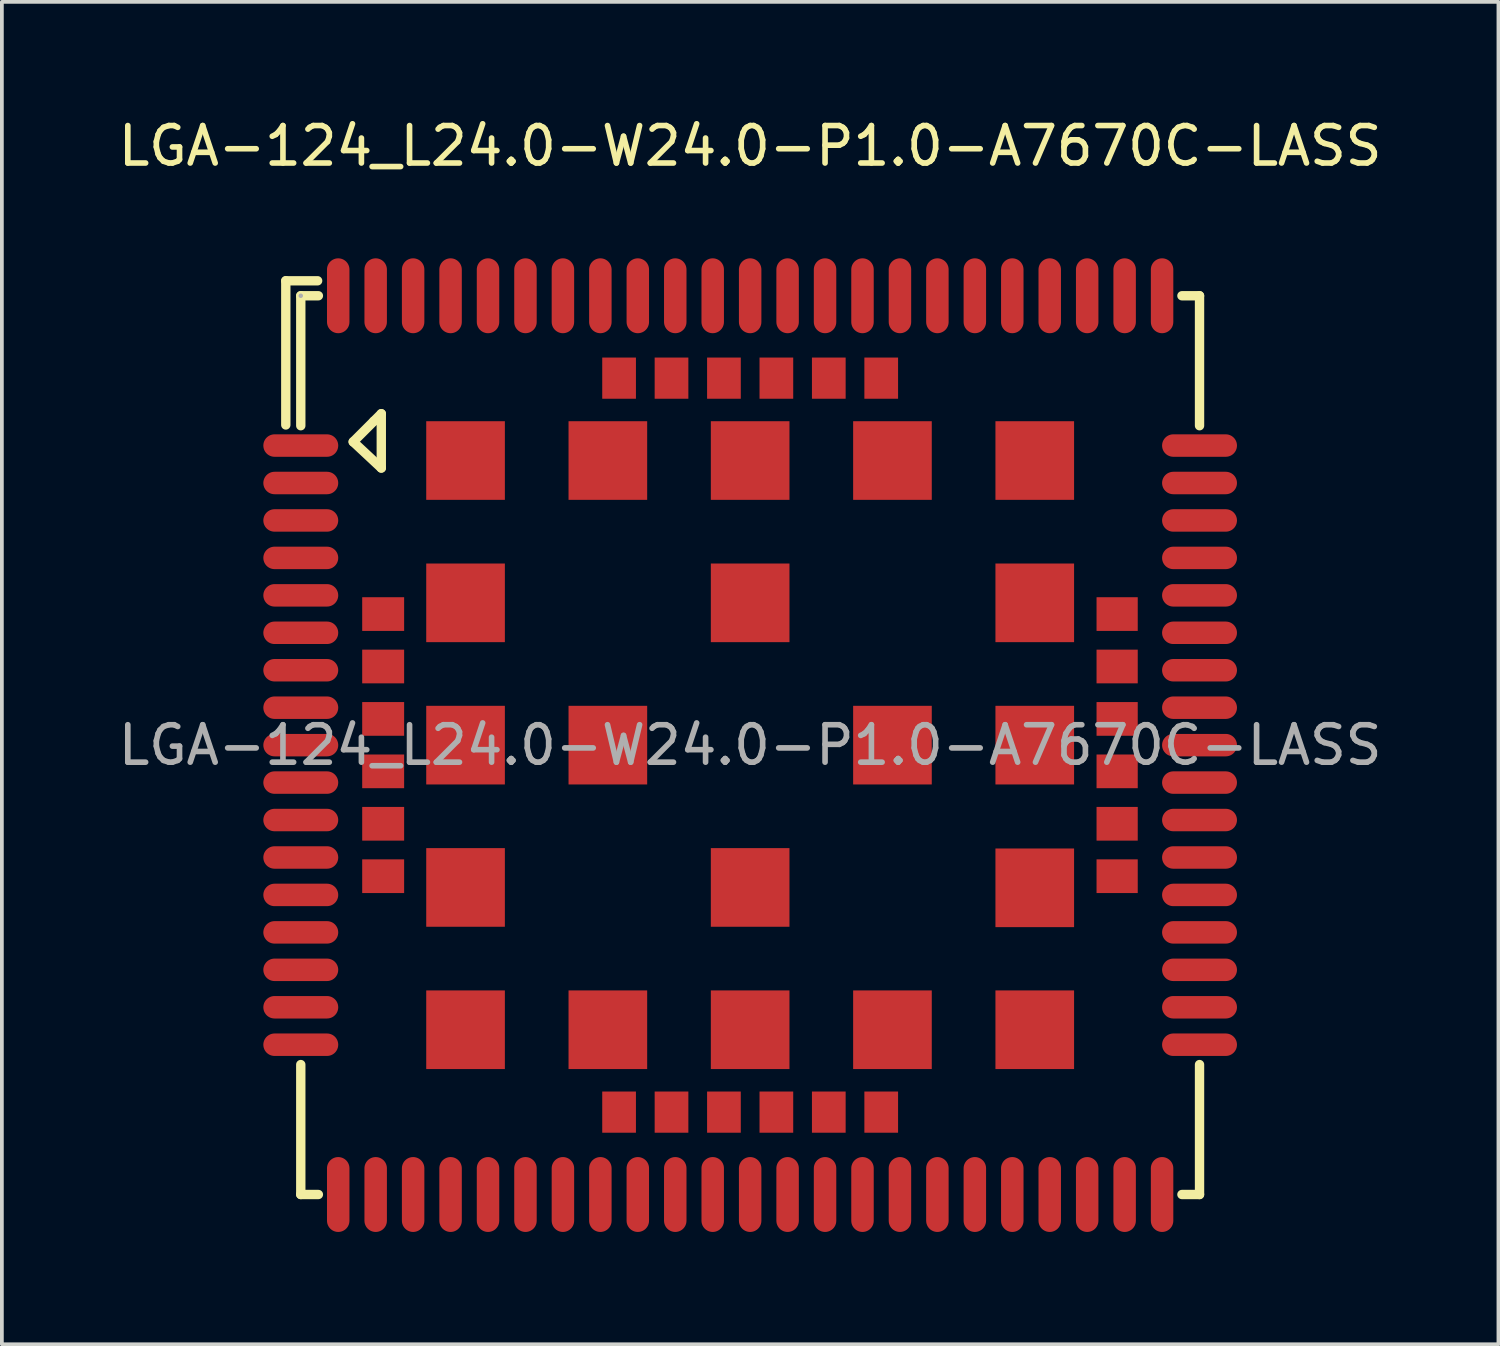
<source format=kicad_pcb>
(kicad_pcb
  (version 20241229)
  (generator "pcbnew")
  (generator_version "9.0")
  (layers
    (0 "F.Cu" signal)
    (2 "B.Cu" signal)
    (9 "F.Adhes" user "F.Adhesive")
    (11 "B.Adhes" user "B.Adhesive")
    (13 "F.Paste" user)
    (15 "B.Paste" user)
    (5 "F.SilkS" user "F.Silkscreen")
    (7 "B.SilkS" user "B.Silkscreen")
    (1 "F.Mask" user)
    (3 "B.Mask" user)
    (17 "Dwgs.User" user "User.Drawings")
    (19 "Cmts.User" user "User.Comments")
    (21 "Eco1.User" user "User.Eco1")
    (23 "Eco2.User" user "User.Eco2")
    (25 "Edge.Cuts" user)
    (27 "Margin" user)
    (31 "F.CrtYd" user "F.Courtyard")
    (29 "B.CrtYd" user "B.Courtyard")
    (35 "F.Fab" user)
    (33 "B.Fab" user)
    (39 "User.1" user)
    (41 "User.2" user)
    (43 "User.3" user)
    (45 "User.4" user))
  (footprint "LGA-124_L24.0-W24.0-P1.0-A7670C-LASS"
    (layer "F.Cu")
    (at 16.982 16.848)
    (property "Reference" "LGA-124_L24.0-W24.0-P1.0-A7670C-LASS" (at 0 -16 0) (layer "F.SilkS") (effects (font (size 1 1) (thickness 0.15))))
    (attr smd)
    (fp_line (start -12.4 -12.4) (end -12.4 -8.55) (stroke (width 0.25) (type solid)) (layer "F.SilkS"))
    (fp_line (start -12 -12) (end -11.53 -12) (stroke (width 0.25) (type solid)) (layer "F.SilkS"))
    (fp_line (start -12 -8.53) (end -12 -12) (stroke (width 0.25) (type solid)) (layer "F.SilkS"))
    (fp_line (start -12 12) (end -12 8.53) (stroke (width 0.25) (type solid)) (layer "F.SilkS"))
    (fp_line (start -11.55 -12.4) (end -12.4 -12.4) (stroke (width 0.25) (type solid)) (layer "F.SilkS"))
    (fp_line (start -11.53 12) (end -12 12) (stroke (width 0.25) (type solid)) (layer "F.SilkS"))
    (fp_line (start -10.6 -8.1) (end -10.05 -8.65) (stroke (width 0.25) (type solid)) (layer "F.SilkS"))
    (fp_line (start -10.05 -8.65) (end -9.85 -8.85) (stroke (width 0.25) (type solid)) (layer "F.SilkS"))
    (fp_line (start -9.85 -8.85) (end -9.85 -7.4) (stroke (width 0.25) (type solid)) (layer "F.SilkS"))
    (fp_line (start -9.85 -7.4) (end -10.6 -8.1) (stroke (width 0.25) (type solid)) (layer "F.SilkS"))
    (fp_line (start 11.53 -12) (end 12 -12) (stroke (width 0.25) (type solid)) (layer "F.SilkS"))
    (fp_line (start 12 -12) (end 12 -8.53) (stroke (width 0.25) (type solid)) (layer "F.SilkS"))
    (fp_line (start 12 8.53) (end 12 12) (stroke (width 0.25) (type solid)) (layer "F.SilkS"))
    (fp_line (start 12 12) (end 11.53 12) (stroke (width 0.25) (type solid)) (layer "F.SilkS"))
    (fp_circle (center -12 -12) (end -11.97 -12) (stroke (width 0.06) (type solid)) (fill no) (layer "F.Fab"))
    (fp_text user "${REFERENCE}" (at 0 0 0) (layer "F.Fab") (effects (font (size 1 1) (thickness 0.15))))
    (pad "1" smd oval (at -12 -8) (size 2 0.6) (layers "F.Cu" "F.Mask" "F.Paste"))
    (pad "2" smd oval (at -12 -7) (size 2 0.6) (layers "F.Cu" "F.Mask" "F.Paste"))
    (pad "3" smd oval (at -12 -6) (size 2 0.6) (layers "F.Cu" "F.Mask" "F.Paste"))
    (pad "4" smd oval (at -12 -5) (size 2 0.6) (layers "F.Cu" "F.Mask" "F.Paste"))
    (pad "5" smd oval (at -12 -4) (size 2 0.6) (layers "F.Cu" "F.Mask" "F.Paste"))
    (pad "6" smd oval (at -12 -3) (size 2 0.6) (layers "F.Cu" "F.Mask" "F.Paste"))
    (pad "7" smd oval (at -12 -2) (size 2 0.6) (layers "F.Cu" "F.Mask" "F.Paste"))
    (pad "8" smd oval (at -12 -1) (size 2 0.6) (layers "F.Cu" "F.Mask" "F.Paste"))
    (pad "9" smd oval (at -12 0) (size 2 0.6) (layers "F.Cu" "F.Mask" "F.Paste"))
    (pad "10" smd oval (at -12 1) (size 2 0.6) (layers "F.Cu" "F.Mask" "F.Paste"))
    (pad "11" smd oval (at -12 2) (size 2 0.6) (layers "F.Cu" "F.Mask" "F.Paste"))
    (pad "12" smd oval (at -12 3) (size 2 0.6) (layers "F.Cu" "F.Mask" "F.Paste"))
    (pad "13" smd oval (at -12 4) (size 2 0.6) (layers "F.Cu" "F.Mask" "F.Paste"))
    (pad "14" smd oval (at -12 5) (size 2 0.6) (layers "F.Cu" "F.Mask" "F.Paste"))
    (pad "15" smd oval (at -12 6) (size 2 0.6) (layers "F.Cu" "F.Mask" "F.Paste"))
    (pad "16" smd oval (at -12 7) (size 2 0.6) (layers "F.Cu" "F.Mask" "F.Paste"))
    (pad "17" smd oval (at -12 8) (size 2 0.6) (layers "F.Cu" "F.Mask" "F.Paste"))
    (pad "18" smd oval (at -8 12) (size 0.6 2) (layers "F.Cu" "F.Mask" "F.Paste"))
    (pad "19" smd oval (at -7 12) (size 0.6 2) (layers "F.Cu" "F.Mask" "F.Paste"))
    (pad "20" smd oval (at -6 12) (size 0.6 2) (layers "F.Cu" "F.Mask" "F.Paste"))
    (pad "21" smd oval (at -5 12) (size 0.6 2) (layers "F.Cu" "F.Mask" "F.Paste"))
    (pad "22" smd oval (at -4 12) (size 0.6 2) (layers "F.Cu" "F.Mask" "F.Paste"))
    (pad "23" smd oval (at -3 12) (size 0.6 2) (layers "F.Cu" "F.Mask" "F.Paste"))
    (pad "24" smd oval (at -2 12) (size 0.6 2) (layers "F.Cu" "F.Mask" "F.Paste"))
    (pad "25" smd oval (at -1 12) (size 0.6 2) (layers "F.Cu" "F.Mask" "F.Paste"))
    (pad "26" smd oval (at 0 12) (size 0.6 2) (layers "F.Cu" "F.Mask" "F.Paste"))
    (pad "27" smd oval (at 1 12) (size 0.6 2) (layers "F.Cu" "F.Mask" "F.Paste"))
    (pad "28" smd oval (at 2 12) (size 0.6 2) (layers "F.Cu" "F.Mask" "F.Paste"))
    (pad "29" smd oval (at 3 12) (size 0.6 2) (layers "F.Cu" "F.Mask" "F.Paste"))
    (pad "30" smd oval (at 4 12) (size 0.6 2) (layers "F.Cu" "F.Mask" "F.Paste"))
    (pad "31" smd oval (at 5 12) (size 0.6 2) (layers "F.Cu" "F.Mask" "F.Paste"))
    (pad "32" smd oval (at 6 12) (size 0.6 2) (layers "F.Cu" "F.Mask" "F.Paste"))
    (pad "33" smd oval (at 7 12) (size 0.6 2) (layers "F.Cu" "F.Mask" "F.Paste"))
    (pad "34" smd oval (at 8 12) (size 0.6 2) (layers "F.Cu" "F.Mask" "F.Paste"))
    (pad "35" smd oval (at 12 8) (size 2 0.6) (layers "F.Cu" "F.Mask" "F.Paste"))
    (pad "36" smd oval (at 12 7) (size 2 0.6) (layers "F.Cu" "F.Mask" "F.Paste"))
    (pad "37" smd oval (at 12 6) (size 2 0.6) (layers "F.Cu" "F.Mask" "F.Paste"))
    (pad "38" smd oval (at 12 5) (size 2 0.6) (layers "F.Cu" "F.Mask" "F.Paste"))
    (pad "39" smd oval (at 12 4) (size 2 0.6) (layers "F.Cu" "F.Mask" "F.Paste"))
    (pad "40" smd oval (at 12 3) (size 2 0.6) (layers "F.Cu" "F.Mask" "F.Paste"))
    (pad "41" smd oval (at 12 2) (size 2 0.6) (layers "F.Cu" "F.Mask" "F.Paste"))
    (pad "42" smd oval (at 12 1) (size 2 0.6) (layers "F.Cu" "F.Mask" "F.Paste"))
    (pad "43" smd oval (at 12 0) (size 2 0.6) (layers "F.Cu" "F.Mask" "F.Paste"))
    (pad "44" smd oval (at 12 -1) (size 2 0.6) (layers "F.Cu" "F.Mask" "F.Paste"))
    (pad "45" smd oval (at 12 -2) (size 2 0.6) (layers "F.Cu" "F.Mask" "F.Paste"))
    (pad "46" smd oval (at 12 -3) (size 2 0.6) (layers "F.Cu" "F.Mask" "F.Paste"))
    (pad "47" smd oval (at 12 -4) (size 2 0.6) (layers "F.Cu" "F.Mask" "F.Paste"))
    (pad "48" smd oval (at 12 -5) (size 2 0.6) (layers "F.Cu" "F.Mask" "F.Paste"))
    (pad "49" smd oval (at 12 -6) (size 2 0.6) (layers "F.Cu" "F.Mask" "F.Paste"))
    (pad "50" smd oval (at 12 -7) (size 2 0.6) (layers "F.Cu" "F.Mask" "F.Paste"))
    (pad "51" smd oval (at 12 -8) (size 2 0.6) (layers "F.Cu" "F.Mask" "F.Paste"))
    (pad "52" smd oval (at 8 -12) (size 0.6 2) (layers "F.Cu" "F.Mask" "F.Paste"))
    (pad "53" smd oval (at 7 -12) (size 0.6 2) (layers "F.Cu" "F.Mask" "F.Paste"))
    (pad "54" smd oval (at 6 -12) (size 0.6 2) (layers "F.Cu" "F.Mask" "F.Paste"))
    (pad "55" smd oval (at 5 -12) (size 0.6 2) (layers "F.Cu" "F.Mask" "F.Paste"))
    (pad "56" smd oval (at 4 -12) (size 0.6 2) (layers "F.Cu" "F.Mask" "F.Paste"))
    (pad "57" smd oval (at 3 -12) (size 0.6 2) (layers "F.Cu" "F.Mask" "F.Paste"))
    (pad "58" smd oval (at 2 -12) (size 0.6 2) (layers "F.Cu" "F.Mask" "F.Paste"))
    (pad "59" smd oval (at 1 -12) (size 0.6 2) (layers "F.Cu" "F.Mask" "F.Paste"))
    (pad "60" smd oval (at 0 -12) (size 0.6 2) (layers "F.Cu" "F.Mask" "F.Paste"))
    (pad "61" smd oval (at -1 -12) (size 0.6 2) (layers "F.Cu" "F.Mask" "F.Paste"))
    (pad "62" smd oval (at -2 -12) (size 0.6 2) (layers "F.Cu" "F.Mask" "F.Paste"))
    (pad "63" smd oval (at -3 -12) (size 0.6 2) (layers "F.Cu" "F.Mask" "F.Paste"))
    (pad "64" smd oval (at -4 -12) (size 0.6 2) (layers "F.Cu" "F.Mask" "F.Paste"))
    (pad "65" smd oval (at -5 -12) (size 0.6 2) (layers "F.Cu" "F.Mask" "F.Paste"))
    (pad "66" smd oval (at -6 -12) (size 0.6 2) (layers "F.Cu" "F.Mask" "F.Paste"))
    (pad "67" smd oval (at -7 -12) (size 0.6 2) (layers "F.Cu" "F.Mask" "F.Paste"))
    (pad "68" smd oval (at -8 -12) (size 0.6 2) (layers "F.Cu" "F.Mask" "F.Paste"))
    (pad "69" smd rect (at -7.6 -7.6) (size 2.1 2.1) (layers "F.Cu" "F.Mask" "F.Paste"))
    (pad "70" smd rect (at -7.6 -3.8) (size 2.1 2.1) (layers "F.Cu" "F.Mask" "F.Paste"))
    (pad "71" smd rect (at -7.6 0) (size 2.1 2.1) (layers "F.Cu" "F.Mask" "F.Paste"))
    (pad "72" smd rect (at -7.6 3.8) (size 2.1 2.1) (layers "F.Cu" "F.Mask" "F.Paste"))
    (pad "73" smd rect (at -7.6 7.6) (size 2.1 2.1) (layers "F.Cu" "F.Mask" "F.Paste"))
    (pad "74" smd rect (at -3.8 7.6) (size 2.1 2.1) (layers "F.Cu" "F.Mask" "F.Paste"))
    (pad "75" smd rect (at 0 7.6) (size 2.1 2.1) (layers "F.Cu" "F.Mask" "F.Paste"))
    (pad "76" smd rect (at 3.8 7.6) (size 2.1 2.1) (layers "F.Cu" "F.Mask" "F.Paste"))
    (pad "77" smd rect (at 7.6 7.6) (size 2.1 2.1) (layers "F.Cu" "F.Mask" "F.Paste"))
    (pad "78" smd rect (at 7.6 3.81) (size 2.1 2.1) (layers "F.Cu" "F.Mask" "F.Paste"))
    (pad "79" smd rect (at 7.6 0) (size 2.1 2.1) (layers "F.Cu" "F.Mask" "F.Paste"))
    (pad "80" smd rect (at 7.6 -3.8) (size 2.1 2.1) (layers "F.Cu" "F.Mask" "F.Paste"))
    (pad "81" smd rect (at 7.6 -7.6) (size 2.1 2.1) (layers "F.Cu" "F.Mask" "F.Paste"))
    (pad "82" smd rect (at 3.8 -7.6) (size 2.1 2.1) (layers "F.Cu" "F.Mask" "F.Paste"))
    (pad "83" smd rect (at 0 -7.6) (size 2.1 2.1) (layers "F.Cu" "F.Mask" "F.Paste"))
    (pad "84" smd rect (at -3.8 -7.6) (size 2.1 2.1) (layers "F.Cu" "F.Mask" "F.Paste"))
    (pad "85" smd rect (at -3.8 0) (size 2.1 2.1) (layers "F.Cu" "F.Mask" "F.Paste"))
    (pad "86" smd rect (at 0 3.8) (size 2.1 2.1) (layers "F.Cu" "F.Mask" "F.Paste"))
    (pad "87" smd rect (at 3.8 0) (size 2.1 2.1) (layers "F.Cu" "F.Mask" "F.Paste"))
    (pad "88" smd rect (at 0 -3.8) (size 2.1 2.1) (layers "F.Cu" "F.Mask" "F.Paste"))
    (pad "89" smd oval (at -11 12) (size 0.6 2) (layers "F.Cu" "F.Mask" "F.Paste"))
    (pad "90" smd oval (at -10 12) (size 0.6 2) (layers "F.Cu" "F.Mask" "F.Paste"))
    (pad "91" smd oval (at -9 12) (size 0.6 2) (layers "F.Cu" "F.Mask" "F.Paste"))
    (pad "92" smd oval (at 9 12) (size 0.6 2) (layers "F.Cu" "F.Mask" "F.Paste"))
    (pad "93" smd oval (at 10 12) (size 0.6 2) (layers "F.Cu" "F.Mask" "F.Paste"))
    (pad "94" smd oval (at 11 12) (size 0.6 2) (layers "F.Cu" "F.Mask" "F.Paste"))
    (pad "95" smd oval (at 11 -12) (size 0.6 2) (layers "F.Cu" "F.Mask" "F.Paste"))
    (pad "96" smd oval (at 10 -12) (size 0.6 2) (layers "F.Cu" "F.Mask" "F.Paste"))
    (pad "97" smd oval (at 9 -12) (size 0.6 2) (layers "F.Cu" "F.Mask" "F.Paste"))
    (pad "98" smd oval (at -9 -12) (size 0.6 2) (layers "F.Cu" "F.Mask" "F.Paste"))
    (pad "99" smd oval (at -10 -12) (size 0.6 2) (layers "F.Cu" "F.Mask" "F.Paste"))
    (pad "100" smd oval (at -11 -12) (size 0.6 2) (layers "F.Cu" "F.Mask" "F.Paste"))
    (pad "101" smd rect (at -9.8 -3.5) (size 1.12 0.9) (layers "F.Cu" "F.Mask" "F.Paste"))
    (pad "102" smd rect (at -9.8 -2.1) (size 1.12 0.9) (layers "F.Cu" "F.Mask" "F.Paste"))
    (pad "103" smd rect (at -9.8 -0.7) (size 1.12 0.9) (layers "F.Cu" "F.Mask" "F.Paste"))
    (pad "104" smd rect (at -9.8 0.7) (size 1.12 0.9) (layers "F.Cu" "F.Mask" "F.Paste"))
    (pad "105" smd rect (at -9.8 2.1) (size 1.12 0.9) (layers "F.Cu" "F.Mask" "F.Paste"))
    (pad "106" smd rect (at -9.8 3.5) (size 1.12 0.9) (layers "F.Cu" "F.Mask" "F.Paste"))
    (pad "107" smd rect (at -3.5 9.8) (size 0.9 1.1) (layers "F.Cu" "F.Mask" "F.Paste"))
    (pad "108" smd rect (at -2.1 9.8) (size 0.9 1.1) (layers "F.Cu" "F.Mask" "F.Paste"))
    (pad "109" smd rect (at -0.7 9.8) (size 0.9 1.1) (layers "F.Cu" "F.Mask" "F.Paste"))
    (pad "110" smd rect (at 0.7 9.8) (size 0.9 1.1) (layers "F.Cu" "F.Mask" "F.Paste"))
    (pad "111" smd rect (at 2.1 9.8) (size 0.9 1.1) (layers "F.Cu" "F.Mask" "F.Paste"))
    (pad "112" smd rect (at 3.5 9.8) (size 0.9 1.1) (layers "F.Cu" "F.Mask" "F.Paste"))
    (pad "113" smd rect (at 9.8 3.5) (size 1.1 0.9) (layers "F.Cu" "F.Mask" "F.Paste"))
    (pad "114" smd rect (at 9.8 2.1) (size 1.1 0.9) (layers "F.Cu" "F.Mask" "F.Paste"))
    (pad "115" smd rect (at 9.8 0.7) (size 1.1 0.9) (layers "F.Cu" "F.Mask" "F.Paste"))
    (pad "116" smd rect (at 9.8 -0.7) (size 1.1 0.9) (layers "F.Cu" "F.Mask" "F.Paste"))
    (pad "117" smd rect (at 9.8 -2.1) (size 1.1 0.9) (layers "F.Cu" "F.Mask" "F.Paste"))
    (pad "118" smd rect (at 9.8 -3.5) (size 1.1 0.9) (layers "F.Cu" "F.Mask" "F.Paste"))
    (pad "119" smd rect (at 3.5 -9.8) (size 0.9 1.1) (layers "F.Cu" "F.Mask" "F.Paste"))
    (pad "120" smd rect (at 2.1 -9.8) (size 0.9 1.1) (layers "F.Cu" "F.Mask" "F.Paste"))
    (pad "121" smd rect (at 0.7 -9.8) (size 0.9 1.1) (layers "F.Cu" "F.Mask" "F.Paste"))
    (pad "122" smd rect (at -0.7 -9.8) (size 0.9 1.1) (layers "F.Cu" "F.Mask" "F.Paste"))
    (pad "123" smd rect (at -2.1 -9.8) (size 0.9 1.1) (layers "F.Cu" "F.Mask" "F.Paste"))
    (pad "124" smd rect (at -3.5 -9.8) (size 0.9 1.1) (layers "F.Cu" "F.Mask" "F.Paste")))
  (gr_rect
    (start -3 -3)
    (end 36.964 32.848)
    (stroke (width 0.1) (type default))
    (fill no)
    (layer "Edge.Cuts")))
</source>
